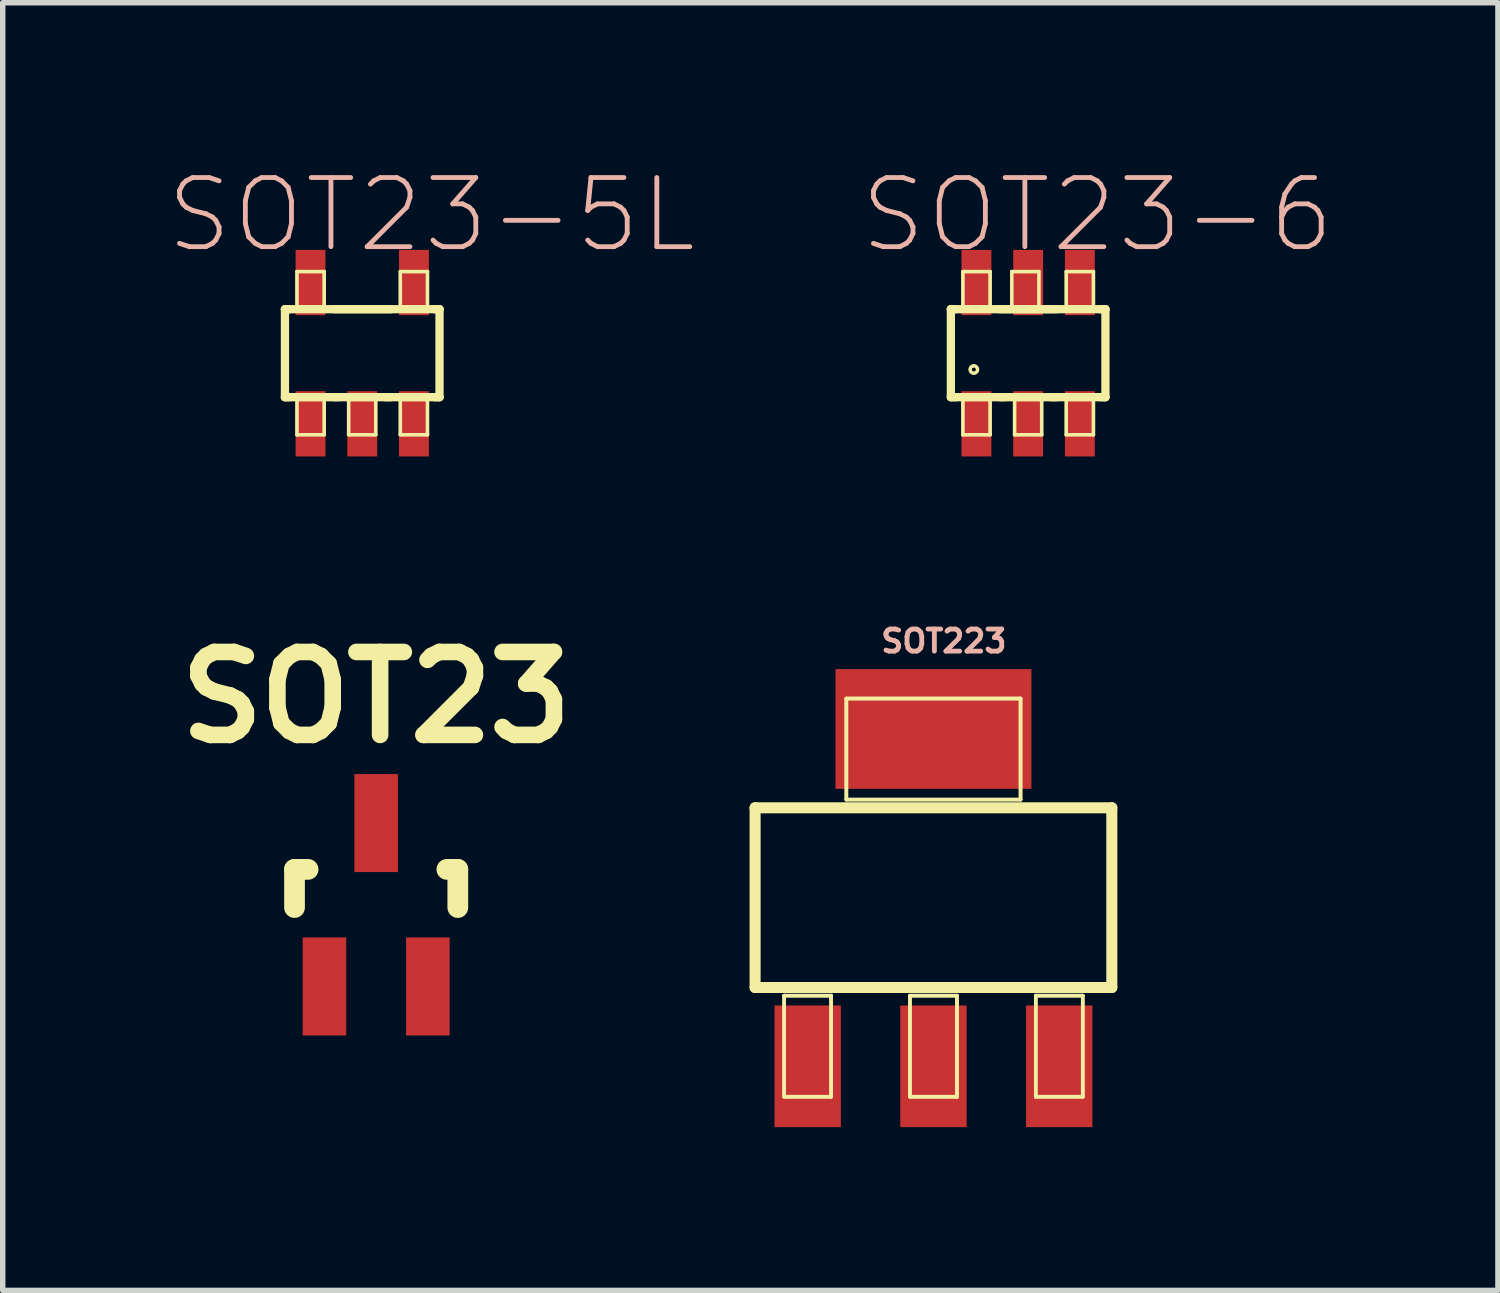
<source format=kicad_pcb>
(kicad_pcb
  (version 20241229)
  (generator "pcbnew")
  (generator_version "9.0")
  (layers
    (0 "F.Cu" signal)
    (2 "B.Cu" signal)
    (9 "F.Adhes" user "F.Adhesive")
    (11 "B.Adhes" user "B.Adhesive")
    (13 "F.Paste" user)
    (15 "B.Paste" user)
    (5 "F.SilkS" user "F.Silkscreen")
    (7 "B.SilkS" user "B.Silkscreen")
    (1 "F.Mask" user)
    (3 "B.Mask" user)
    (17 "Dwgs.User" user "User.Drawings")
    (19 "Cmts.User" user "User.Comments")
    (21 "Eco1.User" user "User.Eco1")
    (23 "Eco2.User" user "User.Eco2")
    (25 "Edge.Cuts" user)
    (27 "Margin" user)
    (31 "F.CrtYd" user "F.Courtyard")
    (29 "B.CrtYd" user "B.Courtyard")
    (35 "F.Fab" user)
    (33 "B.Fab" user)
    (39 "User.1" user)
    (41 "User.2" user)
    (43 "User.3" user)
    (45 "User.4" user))
  (footprint "SOT223"
    (layer "F.Cu")
    (at 14.1 13.442)
    (property "Reference" "SOT223" (at 0.191 -4.712 0) (layer "B.SilkS") (effects (font (size 0.406 0.406) (thickness 0.089))))
    (attr smd)
    (fp_line (start -3.277 -1.651) (end 3.277 -1.651) (stroke (width 0.203) (type solid)) (layer "F.SilkS"))
    (fp_line (start -3.277 1.651) (end -3.277 -1.651) (stroke (width 0.203) (type solid)) (layer "F.SilkS"))
    (fp_line (start -2.743 1.801) (end -1.88 1.801) (stroke (width 0.066) (type solid)) (layer "F.SilkS"))
    (fp_line (start -2.743 1.801) (end -1.88 1.801) (stroke (width 0.066) (type solid)) (layer "F.SilkS"))
    (fp_line (start -2.743 3.658) (end -2.743 1.801) (stroke (width 0.066) (type solid)) (layer "F.SilkS"))
    (fp_line (start -2.743 3.658) (end -2.743 1.801) (stroke (width 0.066) (type solid)) (layer "F.SilkS"))
    (fp_line (start -2.743 3.658) (end -1.88 3.658) (stroke (width 0.066) (type solid)) (layer "F.SilkS"))
    (fp_line (start -2.743 3.658) (end -1.88 3.658) (stroke (width 0.066) (type solid)) (layer "F.SilkS"))
    (fp_line (start -1.88 3.658) (end -1.88 1.801) (stroke (width 0.066) (type solid)) (layer "F.SilkS"))
    (fp_line (start -1.88 3.658) (end -1.88 1.801) (stroke (width 0.066) (type solid)) (layer "F.SilkS"))
    (fp_line (start -1.6 -3.658) (end 1.6 -3.658) (stroke (width 0.066) (type solid)) (layer "F.SilkS"))
    (fp_line (start -1.6 -3.658) (end 1.6 -3.658) (stroke (width 0.066) (type solid)) (layer "F.SilkS"))
    (fp_line (start -1.6 -1.801) (end -1.6 -3.658) (stroke (width 0.066) (type solid)) (layer "F.SilkS"))
    (fp_line (start -1.6 -1.801) (end -1.6 -3.658) (stroke (width 0.066) (type solid)) (layer "F.SilkS"))
    (fp_line (start -1.6 -1.801) (end 1.6 -1.801) (stroke (width 0.066) (type solid)) (layer "F.SilkS"))
    (fp_line (start -1.6 -1.801) (end 1.6 -1.801) (stroke (width 0.066) (type solid)) (layer "F.SilkS"))
    (fp_line (start -0.432 1.801) (end 0.432 1.801) (stroke (width 0.066) (type solid)) (layer "F.SilkS"))
    (fp_line (start -0.432 1.801) (end 0.432 1.801) (stroke (width 0.066) (type solid)) (layer "F.SilkS"))
    (fp_line (start -0.432 3.658) (end -0.432 1.801) (stroke (width 0.066) (type solid)) (layer "F.SilkS"))
    (fp_line (start -0.432 3.658) (end -0.432 1.801) (stroke (width 0.066) (type solid)) (layer "F.SilkS"))
    (fp_line (start -0.432 3.658) (end 0.432 3.658) (stroke (width 0.066) (type solid)) (layer "F.SilkS"))
    (fp_line (start -0.432 3.658) (end 0.432 3.658) (stroke (width 0.066) (type solid)) (layer "F.SilkS"))
    (fp_line (start 0.432 3.658) (end 0.432 1.801) (stroke (width 0.066) (type solid)) (layer "F.SilkS"))
    (fp_line (start 0.432 3.658) (end 0.432 1.801) (stroke (width 0.066) (type solid)) (layer "F.SilkS"))
    (fp_line (start 1.6 -1.801) (end 1.6 -3.658) (stroke (width 0.066) (type solid)) (layer "F.SilkS"))
    (fp_line (start 1.6 -1.801) (end 1.6 -3.658) (stroke (width 0.066) (type solid)) (layer "F.SilkS"))
    (fp_line (start 1.88 1.801) (end 2.743 1.801) (stroke (width 0.066) (type solid)) (layer "F.SilkS"))
    (fp_line (start 1.88 1.801) (end 2.743 1.801) (stroke (width 0.066) (type solid)) (layer "F.SilkS"))
    (fp_line (start 1.88 3.658) (end 1.88 1.801) (stroke (width 0.066) (type solid)) (layer "F.SilkS"))
    (fp_line (start 1.88 3.658) (end 1.88 1.801) (stroke (width 0.066) (type solid)) (layer "F.SilkS"))
    (fp_line (start 1.88 3.658) (end 2.743 3.658) (stroke (width 0.066) (type solid)) (layer "F.SilkS"))
    (fp_line (start 1.88 3.658) (end 2.743 3.658) (stroke (width 0.066) (type solid)) (layer "F.SilkS"))
    (fp_line (start 2.743 3.658) (end 2.743 1.801) (stroke (width 0.066) (type solid)) (layer "F.SilkS"))
    (fp_line (start 2.743 3.658) (end 2.743 1.801) (stroke (width 0.066) (type solid)) (layer "F.SilkS"))
    (fp_line (start 3.277 -1.651) (end 3.277 1.651) (stroke (width 0.203) (type solid)) (layer "F.SilkS"))
    (fp_line (start 3.277 1.651) (end -3.277 1.651) (stroke (width 0.203) (type solid)) (layer "F.SilkS"))
    (pad "1" smd rect (at -2.311 3.099) (size 1.219 2.235) (layers "F.Cu" "F.Mask" "F.Paste"))
    (pad "2" smd rect (at 0 3.099) (size 1.219 2.235) (layers "F.Cu" "F.Mask" "F.Paste"))
    (pad "3" smd rect (at 2.311 3.099) (size 1.219 2.235) (layers "F.Cu" "F.Mask" "F.Paste"))
    (pad "4" smd rect (at 0 -3.099) (size 3.599 2.2) (layers "F.Cu" "F.Mask" "F.Paste")))
  (footprint "SOT23-6"
    (layer "F.Cu")
    (at 15.84 3.439)
    (property "Reference" "SOT23-6" (at 1.27 -2.54 0) (layer "B.SilkS") (effects (font (size 1.27 1.27) (thickness 0.089))))
    (attr smd)
    (fp_line (start -1.42 -0.808) (end -1.326 -0.808) (stroke (width 0.152) (type solid)) (layer "F.SilkS"))
    (fp_line (start -1.42 -0.808) (end 1.42 -0.808) (stroke (width 0.152) (type solid)) (layer "F.SilkS"))
    (fp_line (start -1.42 0.808) (end -1.42 -0.808) (stroke (width 0.152) (type solid)) (layer "F.SilkS"))
    (fp_line (start -1.326 0.808) (end -1.42 0.808) (stroke (width 0.152) (type solid)) (layer "F.SilkS"))
    (fp_line (start -1.199 -1.499) (end -0.699 -1.499) (stroke (width 0.066) (type solid)) (layer "F.SilkS"))
    (fp_line (start -1.199 -0.848) (end -1.199 -1.499) (stroke (width 0.066) (type solid)) (layer "F.SilkS"))
    (fp_line (start -1.199 -0.848) (end -0.699 -0.848) (stroke (width 0.066) (type solid)) (layer "F.SilkS"))
    (fp_line (start -1.199 0.848) (end -0.699 0.848) (stroke (width 0.066) (type solid)) (layer "F.SilkS"))
    (fp_line (start -1.199 1.499) (end -1.199 0.848) (stroke (width 0.066) (type solid)) (layer "F.SilkS"))
    (fp_line (start -1.199 1.499) (end -0.699 1.499) (stroke (width 0.066) (type solid)) (layer "F.SilkS"))
    (fp_line (start -0.699 -0.848) (end -0.699 -1.499) (stroke (width 0.066) (type solid)) (layer "F.SilkS"))
    (fp_line (start -0.699 1.499) (end -0.699 0.848) (stroke (width 0.066) (type solid)) (layer "F.SilkS"))
    (fp_line (start -0.521 -0.808) (end 0.521 -0.808) (stroke (width 0.152) (type solid)) (layer "F.SilkS"))
    (fp_line (start -0.427 0.808) (end -0.521 0.808) (stroke (width 0.152) (type solid)) (layer "F.SilkS"))
    (fp_line (start -0.3 -1.499) (end 0.198 -1.499) (stroke (width 0.066) (type solid)) (layer "F.SilkS"))
    (fp_line (start -0.3 -0.848) (end -0.3 -1.499) (stroke (width 0.066) (type solid)) (layer "F.SilkS"))
    (fp_line (start -0.3 -0.848) (end 0.198 -0.848) (stroke (width 0.066) (type solid)) (layer "F.SilkS"))
    (fp_line (start -0.249 0.848) (end 0.249 0.848) (stroke (width 0.066) (type solid)) (layer "F.SilkS"))
    (fp_line (start -0.249 1.499) (end -0.249 0.848) (stroke (width 0.066) (type solid)) (layer "F.SilkS"))
    (fp_line (start -0.249 1.499) (end 0.249 1.499) (stroke (width 0.066) (type solid)) (layer "F.SilkS"))
    (fp_line (start 0.198 -0.848) (end 0.198 -1.499) (stroke (width 0.066) (type solid)) (layer "F.SilkS"))
    (fp_line (start 0.249 1.499) (end 0.249 0.848) (stroke (width 0.066) (type solid)) (layer "F.SilkS"))
    (fp_line (start 0.521 0.808) (end 0.427 0.808) (stroke (width 0.152) (type solid)) (layer "F.SilkS"))
    (fp_line (start 0.699 -1.499) (end 1.199 -1.499) (stroke (width 0.066) (type solid)) (layer "F.SilkS"))
    (fp_line (start 0.699 -0.848) (end 0.699 -1.499) (stroke (width 0.066) (type solid)) (layer "F.SilkS"))
    (fp_line (start 0.699 -0.848) (end 1.199 -0.848) (stroke (width 0.066) (type solid)) (layer "F.SilkS"))
    (fp_line (start 0.699 0.848) (end 1.199 0.848) (stroke (width 0.066) (type solid)) (layer "F.SilkS"))
    (fp_line (start 0.699 1.499) (end 0.699 0.848) (stroke (width 0.066) (type solid)) (layer "F.SilkS"))
    (fp_line (start 0.699 1.499) (end 1.199 1.499) (stroke (width 0.066) (type solid)) (layer "F.SilkS"))
    (fp_line (start 1.199 -0.848) (end 1.199 -1.499) (stroke (width 0.066) (type solid)) (layer "F.SilkS"))
    (fp_line (start 1.199 1.499) (end 1.199 0.848) (stroke (width 0.066) (type solid)) (layer "F.SilkS"))
    (fp_line (start 1.326 -0.808) (end 1.42 -0.808) (stroke (width 0.152) (type solid)) (layer "F.SilkS"))
    (fp_line (start 1.42 -0.808) (end 1.42 0.808) (stroke (width 0.152) (type solid)) (layer "F.SilkS"))
    (fp_line (start 1.42 0.808) (end -1.42 0.808) (stroke (width 0.152) (type solid)) (layer "F.SilkS"))
    (fp_line (start 1.42 0.808) (end 1.326 0.808) (stroke (width 0.152) (type solid)) (layer "F.SilkS"))
    (fp_circle (center -0.998 0.3) (end -1.046 0.348) (stroke (width 0.064) (type solid)) (fill no) (layer "F.SilkS"))
    (pad "1" smd rect (at -0.95 1.298) (size 0.549 1.199) (layers "F.Cu" "F.Mask" "F.Paste"))
    (pad "2" smd rect (at 0 1.298) (size 0.549 1.199) (layers "F.Cu" "F.Mask" "F.Paste"))
    (pad "3" smd rect (at 0.95 1.298) (size 0.549 1.199) (layers "F.Cu" "F.Mask" "F.Paste"))
    (pad "4" smd rect (at 0.95 -1.298) (size 0.549 1.199) (layers "F.Cu" "F.Mask" "F.Paste"))
    (pad "5" smd rect (at 0 -1.298) (size 0.549 1.199) (layers "F.Cu" "F.Mask" "F.Paste"))
    (pad "6" smd rect (at -0.95 -1.298) (size 0.549 1.199) (layers "F.Cu" "F.Mask" "F.Paste")))
  (footprint "SOT23"
    (layer "F.Cu")
    (at 3.861 13.573)
    (property "Reference" "SOT23" (at 0 -3.81 0) (layer "F.SilkS") (effects (font (size 1.524 1.524) (thickness 0.305))))
    (attr smd)
    (fp_line (start -1.5 -0.65) (end -1.251 -0.65) (stroke (width 0.381) (type solid)) (layer "F.SilkS"))
    (fp_line (start -1.5 0.051) (end -1.5 -0.65) (stroke (width 0.381) (type solid)) (layer "F.SilkS"))
    (fp_line (start 1.299 -0.65) (end 1.5 -0.65) (stroke (width 0.381) (type solid)) (layer "F.SilkS"))
    (fp_line (start 1.5 -0.65) (end 1.5 0.051) (stroke (width 0.381) (type solid)) (layer "F.SilkS"))
    (pad "B" smd rect (at -0.95 1.501) (size 0.8 1.801) (layers "F.Cu" "F.Mask" "F.Paste"))
    (pad "C" smd rect (at 0 -1.501) (size 0.8 1.801) (layers "F.Cu" "F.Mask" "F.Paste"))
    (pad "E" smd rect (at 0.95 1.501) (size 0.8 1.801) (layers "F.Cu" "F.Mask" "F.Paste")))
  (footprint "SOT23-5L"
    (layer "F.Cu")
    (at 3.605 3.439)
    (property "Reference" "SOT23-5L" (at 1.27 -2.54 0) (layer "B.SilkS") (effects (font (size 1.27 1.27) (thickness 0.089))))
    (attr smd)
    (fp_line (start -1.42 -0.808) (end -1.326 -0.808) (stroke (width 0.152) (type solid)) (layer "F.SilkS"))
    (fp_line (start -1.42 -0.808) (end 1.42 -0.808) (stroke (width 0.152) (type solid)) (layer "F.SilkS"))
    (fp_line (start -1.42 0.808) (end -1.42 -0.808) (stroke (width 0.152) (type solid)) (layer "F.SilkS"))
    (fp_line (start -1.326 0.808) (end -1.42 0.808) (stroke (width 0.152) (type solid)) (layer "F.SilkS"))
    (fp_line (start -1.199 -1.499) (end -0.699 -1.499) (stroke (width 0.066) (type solid)) (layer "F.SilkS"))
    (fp_line (start -1.199 -0.848) (end -1.199 -1.499) (stroke (width 0.066) (type solid)) (layer "F.SilkS"))
    (fp_line (start -1.199 -0.848) (end -0.699 -0.848) (stroke (width 0.066) (type solid)) (layer "F.SilkS"))
    (fp_line (start -1.199 0.848) (end -0.699 0.848) (stroke (width 0.066) (type solid)) (layer "F.SilkS"))
    (fp_line (start -1.199 1.499) (end -1.199 0.848) (stroke (width 0.066) (type solid)) (layer "F.SilkS"))
    (fp_line (start -1.199 1.499) (end -0.699 1.499) (stroke (width 0.066) (type solid)) (layer "F.SilkS"))
    (fp_line (start -0.699 -0.848) (end -0.699 -1.499) (stroke (width 0.066) (type solid)) (layer "F.SilkS"))
    (fp_line (start -0.699 1.499) (end -0.699 0.848) (stroke (width 0.066) (type solid)) (layer "F.SilkS"))
    (fp_line (start -0.521 -0.808) (end 0.521 -0.808) (stroke (width 0.152) (type solid)) (layer "F.SilkS"))
    (fp_line (start -0.427 0.808) (end -0.521 0.808) (stroke (width 0.152) (type solid)) (layer "F.SilkS"))
    (fp_line (start -0.249 0.848) (end 0.249 0.848) (stroke (width 0.066) (type solid)) (layer "F.SilkS"))
    (fp_line (start -0.249 1.499) (end -0.249 0.848) (stroke (width 0.066) (type solid)) (layer "F.SilkS"))
    (fp_line (start -0.249 1.499) (end 0.249 1.499) (stroke (width 0.066) (type solid)) (layer "F.SilkS"))
    (fp_line (start 0.249 1.499) (end 0.249 0.848) (stroke (width 0.066) (type solid)) (layer "F.SilkS"))
    (fp_line (start 0.521 0.808) (end 0.427 0.808) (stroke (width 0.152) (type solid)) (layer "F.SilkS"))
    (fp_line (start 0.699 -1.499) (end 1.199 -1.499) (stroke (width 0.066) (type solid)) (layer "F.SilkS"))
    (fp_line (start 0.699 -0.848) (end 0.699 -1.499) (stroke (width 0.066) (type solid)) (layer "F.SilkS"))
    (fp_line (start 0.699 -0.848) (end 1.199 -0.848) (stroke (width 0.066) (type solid)) (layer "F.SilkS"))
    (fp_line (start 0.699 0.848) (end 1.199 0.848) (stroke (width 0.066) (type solid)) (layer "F.SilkS"))
    (fp_line (start 0.699 1.499) (end 0.699 0.848) (stroke (width 0.066) (type solid)) (layer "F.SilkS"))
    (fp_line (start 0.699 1.499) (end 1.199 1.499) (stroke (width 0.066) (type solid)) (layer "F.SilkS"))
    (fp_line (start 1.199 -0.848) (end 1.199 -1.499) (stroke (width 0.066) (type solid)) (layer "F.SilkS"))
    (fp_line (start 1.199 1.499) (end 1.199 0.848) (stroke (width 0.066) (type solid)) (layer "F.SilkS"))
    (fp_line (start 1.326 -0.808) (end 1.42 -0.808) (stroke (width 0.152) (type solid)) (layer "F.SilkS"))
    (fp_line (start 1.42 -0.808) (end 1.42 0.808) (stroke (width 0.152) (type solid)) (layer "F.SilkS"))
    (fp_line (start 1.42 0.808) (end -1.42 0.808) (stroke (width 0.152) (type solid)) (layer "F.SilkS"))
    (fp_line (start 1.42 0.808) (end 1.326 0.808) (stroke (width 0.152) (type solid)) (layer "F.SilkS"))
    (pad "1" smd rect (at -0.95 1.298) (size 0.549 1.199) (layers "F.Cu" "F.Mask" "F.Paste"))
    (pad "2" smd rect (at 0 1.298) (size 0.549 1.199) (layers "F.Cu" "F.Mask" "F.Paste"))
    (pad "3" smd rect (at 0.95 1.298) (size 0.549 1.199) (layers "F.Cu" "F.Mask" "F.Paste"))
    (pad "4" smd rect (at 0.95 -1.298) (size 0.549 1.199) (layers "F.Cu" "F.Mask" "F.Paste"))
    (pad "5" smd rect (at -0.95 -1.298) (size 0.549 1.199) (layers "F.Cu" "F.Mask" "F.Paste")))
  (gr_rect
    (start -3 -3)
    (end 24.471 20.658)
    (stroke (width 0.1) (type default))
    (fill no)
    (layer "Edge.Cuts")))
</source>
